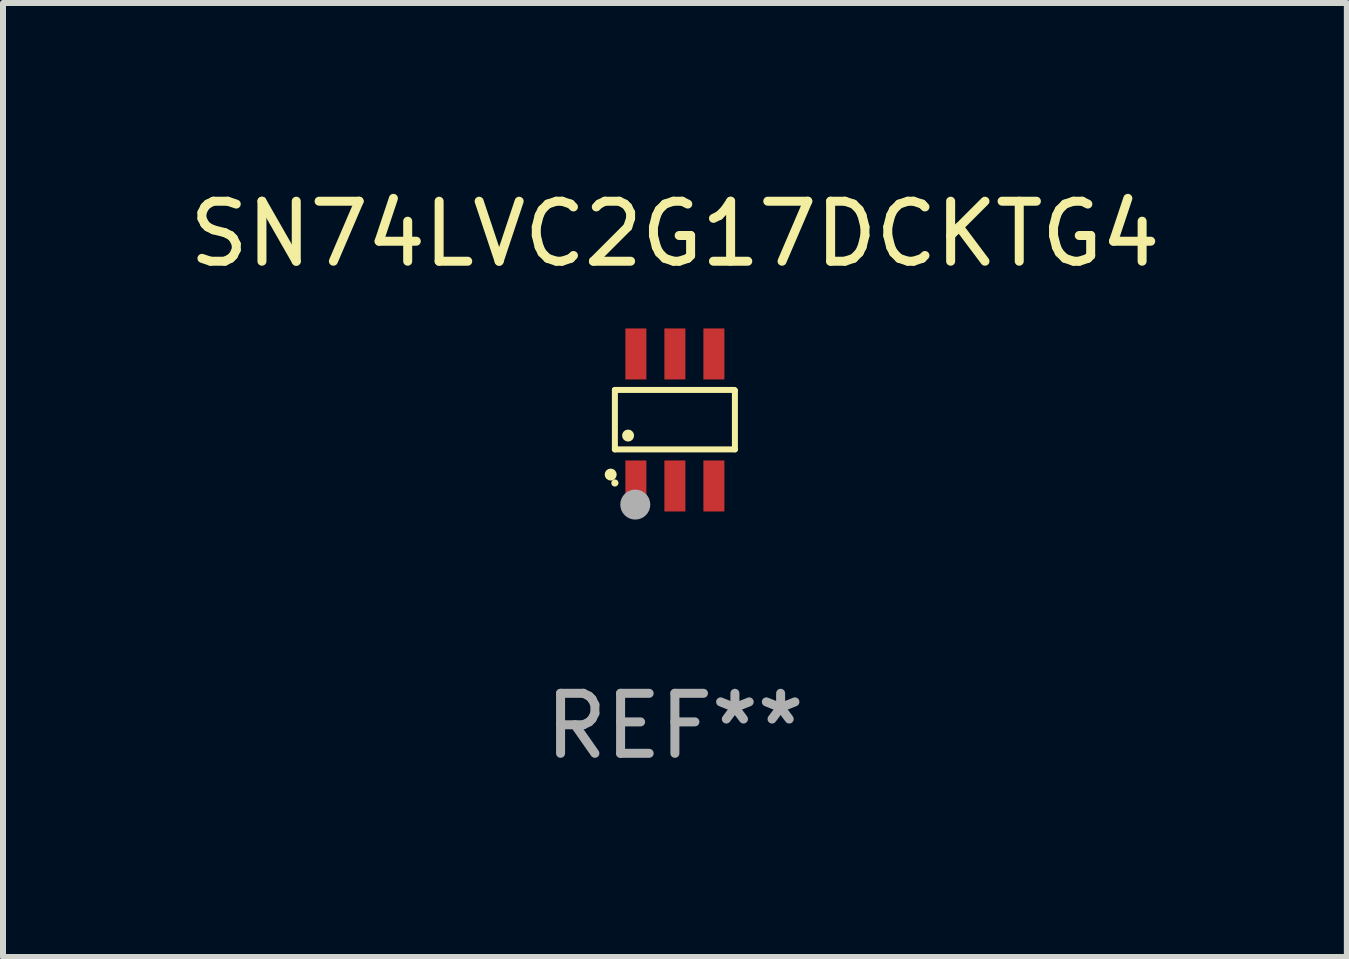
<source format=kicad_pcb>
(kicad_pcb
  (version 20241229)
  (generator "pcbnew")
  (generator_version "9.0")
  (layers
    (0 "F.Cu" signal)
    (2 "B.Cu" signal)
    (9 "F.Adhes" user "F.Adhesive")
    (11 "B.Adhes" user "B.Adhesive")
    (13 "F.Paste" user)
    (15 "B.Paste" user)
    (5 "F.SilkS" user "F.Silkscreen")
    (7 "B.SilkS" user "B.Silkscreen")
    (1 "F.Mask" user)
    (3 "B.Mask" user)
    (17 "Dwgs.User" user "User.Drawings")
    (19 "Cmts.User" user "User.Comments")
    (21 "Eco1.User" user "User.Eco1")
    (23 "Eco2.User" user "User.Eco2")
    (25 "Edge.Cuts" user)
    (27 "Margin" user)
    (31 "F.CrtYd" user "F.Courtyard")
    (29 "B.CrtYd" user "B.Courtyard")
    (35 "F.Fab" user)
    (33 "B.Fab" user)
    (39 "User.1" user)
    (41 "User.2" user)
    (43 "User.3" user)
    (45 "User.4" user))
  (footprint "SN74LVC2G17DCKTG4"
    (layer "F.Cu")
    (at 8.196 3.948)
    (property "Reference" "SN74LVC2G17DCKTG4" (at 0 -3.1 0) (layer "F.SilkS") (effects (font (size 1 1) (thickness 0.15))))
    (attr through_hole)
    (fp_line (start -1 -0.5) (end -1 0.49) (stroke (width 0.1) (type solid)) (layer "F.SilkS"))
    (fp_line (start -1 0.49) (end 1 0.49) (stroke (width 0.1) (type solid)) (layer "F.SilkS"))
    (fp_line (start 0.99 -0.5) (end -1 -0.5) (stroke (width 0.1) (type solid)) (layer "F.SilkS"))
    (fp_line (start 1 -0.49) (end 0.99 -0.5) (stroke (width 0.1) (type solid)) (layer "F.SilkS"))
    (fp_line (start 1 0.49) (end 1 -0.49) (stroke (width 0.1) (type solid)) (layer "F.SilkS"))
    (fp_circle (center -1.07 0.91) (end -1.02 0.91) (stroke (width 0.1) (type solid)) (fill no) (layer "F.SilkS"))
    (fp_circle (center -1 1.05) (end -0.97 1.05) (stroke (width 0.06) (type solid)) (fill no) (layer "F.SilkS"))
    (fp_circle (center -0.78 0.26) (end -0.73 0.26) (stroke (width 0.1) (type solid)) (fill no) (layer "F.SilkS"))
    (fp_circle (center -0.66 1.41) (end -0.535 1.41) (stroke (width 0.25) (type solid)) (fill no) (layer "F.Fab"))
    (fp_text user "REF**" (at 0 5.1 0) (layer "F.Fab") (effects (font (size 1 1) (thickness 0.15))))
    (pad "1" smd rect (at -0.65 1.1) (size 0.35 0.85) (layers "F.Cu" "F.Mask" "F.Paste"))
    (pad "2" smd rect (at 0 1.1) (size 0.35 0.85) (layers "F.Cu" "F.Mask" "F.Paste"))
    (pad "3" smd rect (at 0.65 1.1) (size 0.35 0.85) (layers "F.Cu" "F.Mask" "F.Paste"))
    (pad "4" smd rect (at 0.65 -1.1) (size 0.35 0.85) (layers "F.Cu" "F.Mask" "F.Paste"))
    (pad "5" smd rect (at 0 -1.1) (size 0.35 0.85) (layers "F.Cu" "F.Mask" "F.Paste"))
    (pad "6" smd rect (at -0.65 -1.1) (size 0.35 0.85) (layers "F.Cu" "F.Mask" "F.Paste")))
  (gr_rect
    (start -3 -3)
    (end 19.393 12.897)
    (stroke (width 0.1) (type default))
    (fill no)
    (layer "Edge.Cuts")))
</source>
